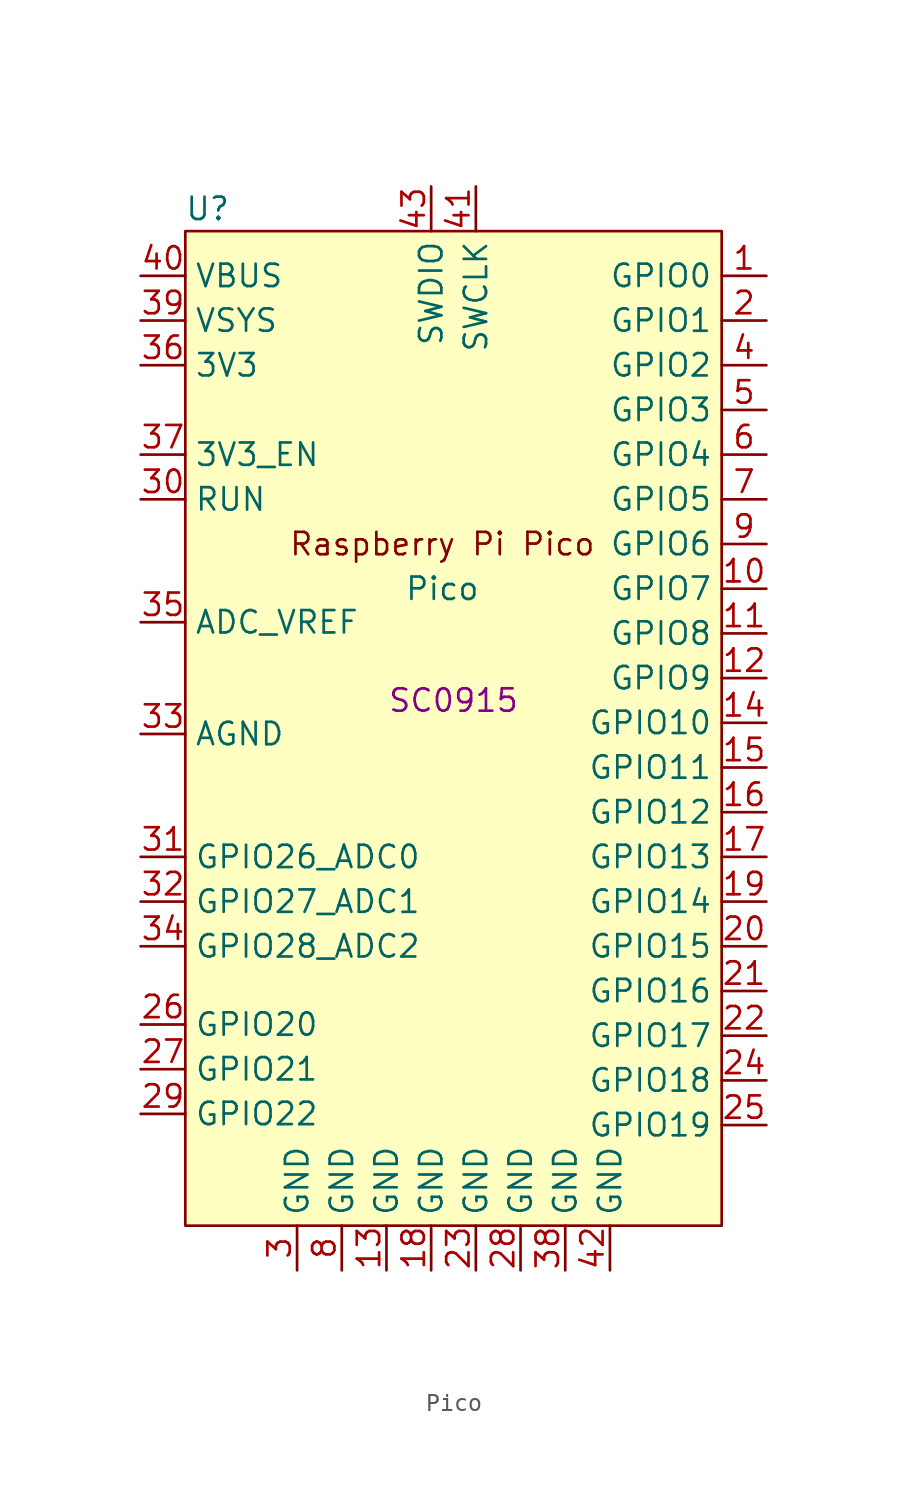
<source format=kicad_sym>
(kicad_symbol_lib
  (version 20211014)
  (generator kicad_symbol_editor)
  (symbol "Pico"
    (property "Reference" "U"
      (at -13.97 27.94 0)
      (effects (font (size 1.27 1.27))))
    (property "Value" "Pico"
      (at -0.635 6.35 0)
      (effects (font (size 1.27 1.27))))
    (property "MFN#" "SC0915"
      (at 0 0 0)
      (effects (font (size 1.27 1.27))))
    (symbol "Pico_0_0"
      (text "Raspberry Pi Pico" (at -0.635 8.89 0) (effects (font (size 1.27 1.27)))))
    (symbol "Pico_0_1"
      (rectangle (start -15.24 26.67) (end 15.24 -29.845) (stroke (width 0) (type default) (color 0 0 0 0)) (fill (type background))))
    (symbol "Pico_1_1"
      (pin bidirectional line (at 17.78 24.13 180) (length 2.54) (name "GPIO0" (effects (font (size 1.27 1.27)))) (number "1" (effects (font (size 1.27 1.27)))))
      (pin bidirectional line (at 17.78 6.35 180) (length 2.54) (name "GPIO7" (effects (font (size 1.27 1.27)))) (number "10" (effects (font (size 1.27 1.27)))))
      (pin bidirectional line (at 17.78 3.81 180) (length 2.54) (name "GPIO8" (effects (font (size 1.27 1.27)))) (number "11" (effects (font (size 1.27 1.27)))))
      (pin bidirectional line (at 17.78 1.27 180) (length 2.54) (name "GPIO9" (effects (font (size 1.27 1.27)))) (number "12" (effects (font (size 1.27 1.27)))))
      (pin power_in line (at -3.81 -32.385 90) (length 2.54) (name "GND" (effects (font (size 1.27 1.27)))) (number "13" (effects (font (size 1.27 1.27)))))
      (pin bidirectional line (at 17.78 -1.27 180) (length 2.54) (name "GPIO10" (effects (font (size 1.27 1.27)))) (number "14" (effects (font (size 1.27 1.27)))))
      (pin bidirectional line (at 17.78 -3.81 180) (length 2.54) (name "GPIO11" (effects (font (size 1.27 1.27)))) (number "15" (effects (font (size 1.27 1.27)))))
      (pin bidirectional line (at 17.78 -6.35 180) (length 2.54) (name "GPIO12" (effects (font (size 1.27 1.27)))) (number "16" (effects (font (size 1.27 1.27)))))
      (pin bidirectional line (at 17.78 -8.89 180) (length 2.54) (name "GPIO13" (effects (font (size 1.27 1.27)))) (number "17" (effects (font (size 1.27 1.27)))))
      (pin power_in line (at -1.27 -32.385 90) (length 2.54) (name "GND" (effects (font (size 1.27 1.27)))) (number "18" (effects (font (size 1.27 1.27)))))
      (pin bidirectional line (at 17.78 -11.43 180) (length 2.54) (name "GPIO14" (effects (font (size 1.27 1.27)))) (number "19" (effects (font (size 1.27 1.27)))))
      (pin bidirectional line (at 17.78 21.59 180) (length 2.54) (name "GPIO1" (effects (font (size 1.27 1.27)))) (number "2" (effects (font (size 1.27 1.27)))))
      (pin bidirectional line (at 17.78 -13.97 180) (length 2.54) (name "GPIO15" (effects (font (size 1.27 1.27)))) (number "20" (effects (font (size 1.27 1.27)))))
      (pin bidirectional line (at 17.78 -16.51 180) (length 2.54) (name "GPIO16" (effects (font (size 1.27 1.27)))) (number "21" (effects (font (size 1.27 1.27)))))
      (pin bidirectional line (at 17.78 -19.05 180) (length 2.54) (name "GPIO17" (effects (font (size 1.27 1.27)))) (number "22" (effects (font (size 1.27 1.27)))))
      (pin power_in line (at 1.27 -32.385 90) (length 2.54) (name "GND" (effects (font (size 1.27 1.27)))) (number "23" (effects (font (size 1.27 1.27)))))
      (pin bidirectional line (at 17.78 -21.59 180) (length 2.54) (name "GPIO18" (effects (font (size 1.27 1.27)))) (number "24" (effects (font (size 1.27 1.27)))))
      (pin bidirectional line (at 17.78 -24.13 180) (length 2.54) (name "GPIO19" (effects (font (size 1.27 1.27)))) (number "25" (effects (font (size 1.27 1.27)))))
      (pin bidirectional line (at -17.78 -18.415 0) (length 2.54) (name "GPIO20" (effects (font (size 1.27 1.27)))) (number "26" (effects (font (size 1.27 1.27)))))
      (pin bidirectional line (at -17.78 -20.955 0) (length 2.54) (name "GPIO21" (effects (font (size 1.27 1.27)))) (number "27" (effects (font (size 1.27 1.27)))))
      (pin power_in line (at 3.81 -32.385 90) (length 2.54) (name "GND" (effects (font (size 1.27 1.27)))) (number "28" (effects (font (size 1.27 1.27)))))
      (pin bidirectional line (at -17.78 -23.495 0) (length 2.54) (name "GPIO22" (effects (font (size 1.27 1.27)))) (number "29" (effects (font (size 1.27 1.27)))))
      (pin power_in line (at -8.89 -32.385 90) (length 2.54) (name "GND" (effects (font (size 1.27 1.27)))) (number "3" (effects (font (size 1.27 1.27)))))
      (pin input line (at -17.78 11.43 0) (length 2.54) (name "RUN" (effects (font (size 1.27 1.27)))) (number "30" (effects (font (size 1.27 1.27)))))
      (pin bidirectional line (at -17.78 -8.89 0) (length 2.54) (name "GPIO26_ADC0" (effects (font (size 1.27 1.27)))) (number "31" (effects (font (size 1.27 1.27)))))
      (pin bidirectional line (at -17.78 -11.43 0) (length 2.54) (name "GPIO27_ADC1" (effects (font (size 1.27 1.27)))) (number "32" (effects (font (size 1.27 1.27)))))
      (pin power_in line (at -17.78 -1.905 0) (length 2.54) (name "AGND" (effects (font (size 1.27 1.27)))) (number "33" (effects (font (size 1.27 1.27)))))
      (pin bidirectional line (at -17.78 -13.97 0) (length 2.54) (name "GPIO28_ADC2" (effects (font (size 1.27 1.27)))) (number "34" (effects (font (size 1.27 1.27)))))
      (pin power_in line (at -17.78 4.445 0) (length 2.54) (name "ADC_VREF" (effects (font (size 1.27 1.27)))) (number "35" (effects (font (size 1.27 1.27)))))
      (pin power_out line (at -17.78 19.05 0) (length 2.54) (name "3V3" (effects (font (size 1.27 1.27)))) (number "36" (effects (font (size 1.27 1.27)))))
      (pin input line (at -17.78 13.97 0) (length 2.54) (name "3V3_EN" (effects (font (size 1.27 1.27)))) (number "37" (effects (font (size 1.27 1.27)))))
      (pin power_in line (at 6.35 -32.385 90) (length 2.54) (name "GND" (effects (font (size 1.27 1.27)))) (number "38" (effects (font (size 1.27 1.27)))))
      (pin power_out line (at -17.78 21.59 0) (length 2.54) (name "VSYS" (effects (font (size 1.27 1.27)))) (number "39" (effects (font (size 1.27 1.27)))))
      (pin bidirectional line (at 17.78 19.05 180) (length 2.54) (name "GPIO2" (effects (font (size 1.27 1.27)))) (number "4" (effects (font (size 1.27 1.27)))))
      (pin power_out line (at -17.78 24.13 0) (length 2.54) (name "VBUS" (effects (font (size 1.27 1.27)))) (number "40" (effects (font (size 1.27 1.27)))))
      (pin input line (at 1.27 29.21 270) (length 2.54) (name "SWCLK" (effects (font (size 1.27 1.27)))) (number "41" (effects (font (size 1.27 1.27)))))
      (pin power_in line (at 8.89 -32.385 90) (length 2.54) (name "GND" (effects (font (size 1.27 1.27)))) (number "42" (effects (font (size 1.27 1.27)))))
      (pin bidirectional line (at -1.27 29.21 270) (length 2.54) (name "SWDIO" (effects (font (size 1.27 1.27)))) (number "43" (effects (font (size 1.27 1.27)))))
      (pin bidirectional line (at 17.78 16.51 180) (length 2.54) (name "GPIO3" (effects (font (size 1.27 1.27)))) (number "5" (effects (font (size 1.27 1.27)))))
      (pin bidirectional line (at 17.78 13.97 180) (length 2.54) (name "GPIO4" (effects (font (size 1.27 1.27)))) (number "6" (effects (font (size 1.27 1.27)))))
      (pin bidirectional line (at 17.78 11.43 180) (length 2.54) (name "GPIO5" (effects (font (size 1.27 1.27)))) (number "7" (effects (font (size 1.27 1.27)))))
      (pin power_in line (at -6.35 -32.385 90) (length 2.54) (name "GND" (effects (font (size 1.27 1.27)))) (number "8" (effects (font (size 1.27 1.27)))))
      (pin bidirectional line (at 17.78 8.89 180) (length 2.54) (name "GPIO6" (effects (font (size 1.27 1.27)))) (number "9" (effects (font (size 1.27 1.27))))))))
</source>
